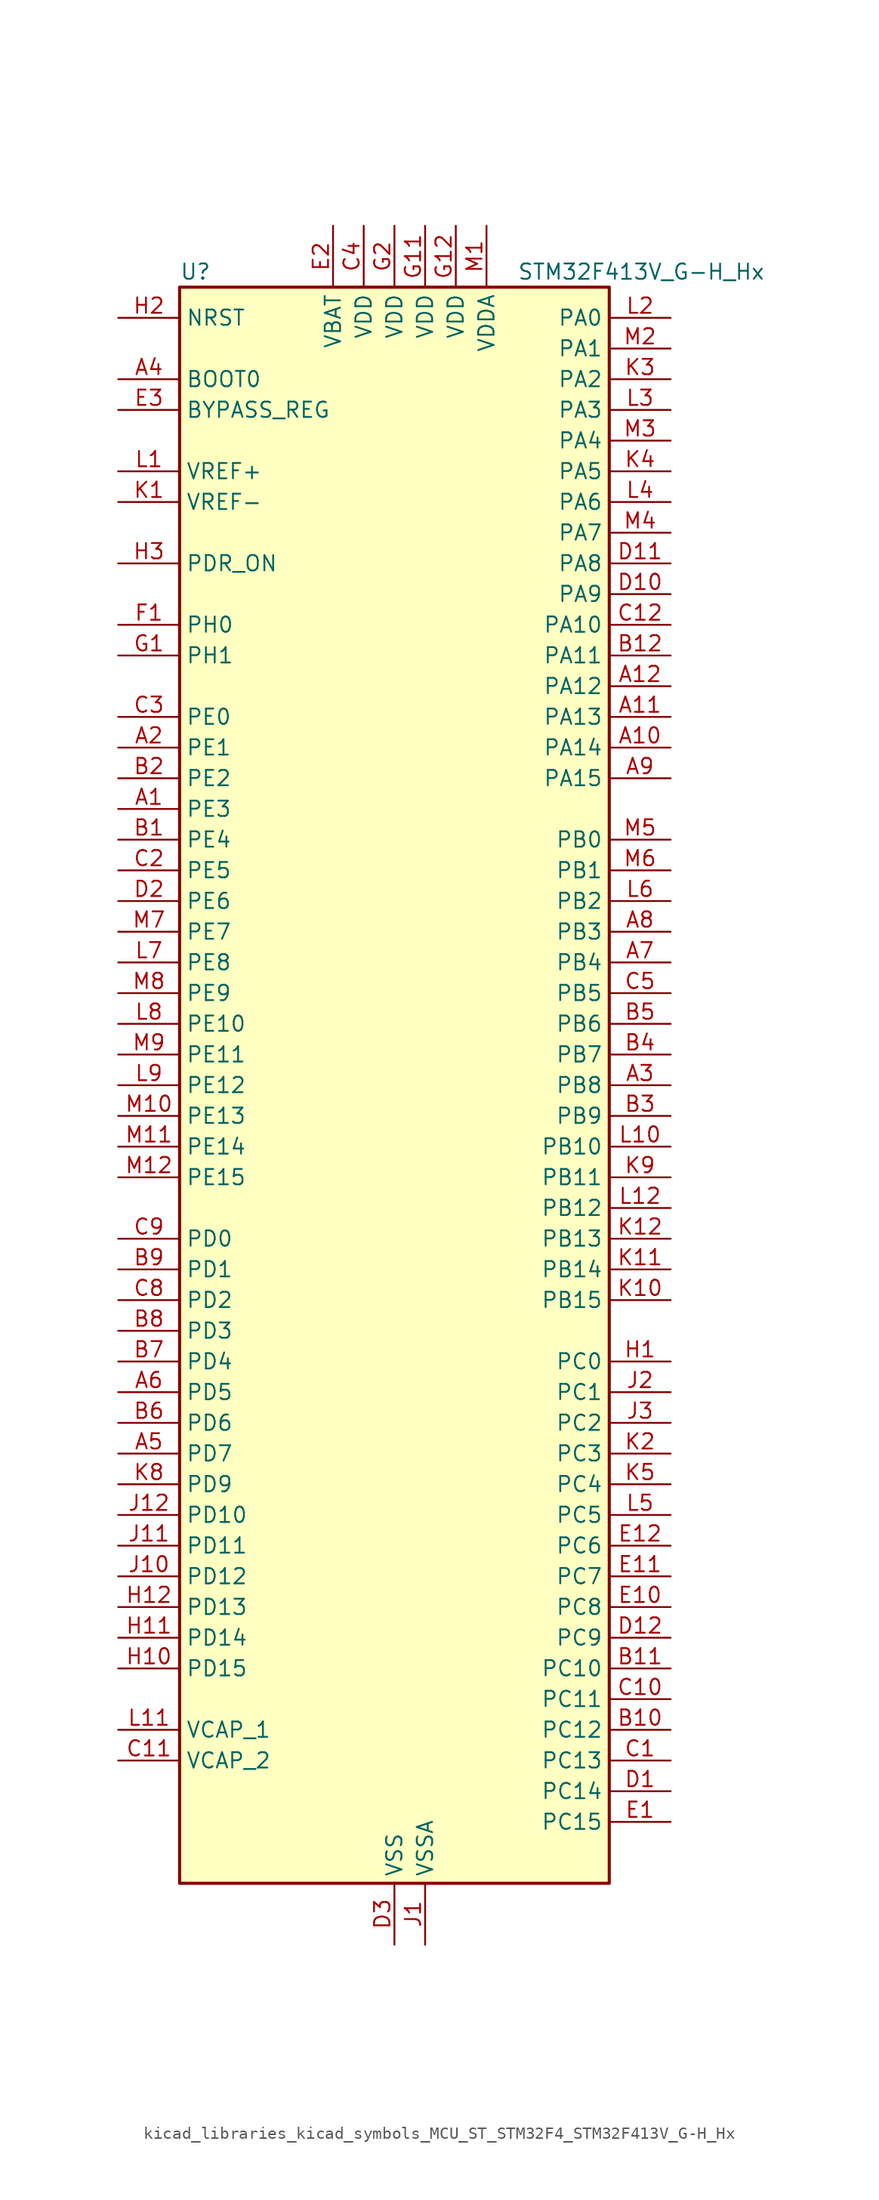
<source format=kicad_sym>
(kicad_symbol_lib
  (version 20220914)
  (generator kicad_symbol_editor)
  (symbol "kicad_libraries_kicad_symbols_MCU_ST_STM32F4_STM32F413V_G-H_Hx"
    (property "Reference" "U"
      (at -17.78 67.31 0)
      (effects (font (size 1.27 1.27)) (justify left)))
    (property "Value" "STM32F413V_G-H_Hx"
      (at 10.16 67.31 0)
      (effects (font (size 1.27 1.27)) (justify left)))
    (property "ki_locked" ""
      (at 0 0 0)
      (effects (font (size 1.27 1.27))))
    (symbol "kicad_libraries_kicad_symbols_MCU_ST_STM32F4_STM32F413V_G-H_Hx_0_1"
      (rectangle (start -17.78 -66.04) (end 17.78 66.04) (stroke (width 0.254) (type default)) (fill (type background))))
    (symbol "kicad_libraries_kicad_symbols_MCU_ST_STM32F4_STM32F413V_G-H_Hx_1_1"
      (pin bidirectional line (at -22.86 22.86 0) (length 5.08) (name "PE3" (effects (font (size 1.27 1.27)))) (number "A1" (effects (font (size 1.27 1.27)))) (alternate "FSMC_A19" bidirectional line) (alternate "SAI1_SD_B" bidirectional line) (alternate "SYS_TRACED0" bidirectional line) (alternate "UART10_TX" bidirectional line))
      (pin bidirectional line (at 22.86 27.94 180) (length 5.08) (name "PA14" (effects (font (size 1.27 1.27)))) (number "A10" (effects (font (size 1.27 1.27)))) (alternate "SYS_JTCK-SWCLK" bidirectional line))
      (pin bidirectional line (at 22.86 30.48 180) (length 5.08) (name "PA13" (effects (font (size 1.27 1.27)))) (number "A11" (effects (font (size 1.27 1.27)))) (alternate "SYS_JTMS-SWDIO" bidirectional line))
      (pin bidirectional line (at 22.86 33.02 180) (length 5.08) (name "PA12" (effects (font (size 1.27 1.27)))) (number "A12" (effects (font (size 1.27 1.27)))) (alternate "CAN1_TX" bidirectional line) (alternate "DFSDM2_DATIN5" bidirectional line) (alternate "SPI2_MISO" bidirectional line) (alternate "SPI5_MISO" bidirectional line) (alternate "TIM1_ETR" bidirectional line) (alternate "UART4_TX" bidirectional line) (alternate "USART1_RTS" bidirectional line) (alternate "USART6_RX" bidirectional line) (alternate "USB_OTG_FS_DP" bidirectional line))
      (pin bidirectional line (at -22.86 27.94 0) (length 5.08) (name "PE1" (effects (font (size 1.27 1.27)))) (number "A2" (effects (font (size 1.27 1.27)))) (alternate "DFSDM2_DATIN4" bidirectional line) (alternate "FSMC_NBL1" bidirectional line) (alternate "UART8_TX" bidirectional line))
      (pin bidirectional line (at 22.86 0 180) (length 5.08) (name "PB8" (effects (font (size 1.27 1.27)))) (number "A3" (effects (font (size 1.27 1.27)))) (alternate "CAN1_RX" bidirectional line) (alternate "DFSDM2_CKIN1" bidirectional line) (alternate "I2C1_SCL" bidirectional line) (alternate "I2C3_SDA" bidirectional line) (alternate "I2S5_SD" bidirectional line) (alternate "LPTIM1_OUT" bidirectional line) (alternate "SDIO_D4" bidirectional line) (alternate "SPI5_MOSI" bidirectional line) (alternate "TIM10_CH1" bidirectional line) (alternate "TIM4_CH3" bidirectional line) (alternate "UART5_RX" bidirectional line))
      (pin input line (at -22.86 58.42 0) (length 5.08) (name "BOOT0" (effects (font (size 1.27 1.27)))) (number "A4" (effects (font (size 1.27 1.27)))))
      (pin bidirectional line (at -22.86 -30.48 0) (length 5.08) (name "PD7" (effects (font (size 1.27 1.27)))) (number "A5" (effects (font (size 1.27 1.27)))) (alternate "DFSDM1_CKIN1" bidirectional line) (alternate "FSMC_NE1" bidirectional line) (alternate "USART2_CK" bidirectional line))
      (pin bidirectional line (at -22.86 -25.4 0) (length 5.08) (name "PD5" (effects (font (size 1.27 1.27)))) (number "A6" (effects (font (size 1.27 1.27)))) (alternate "DFSDM2_CKOUT" bidirectional line) (alternate "FSMC_NWE" bidirectional line) (alternate "USART2_TX" bidirectional line))
      (pin bidirectional line (at 22.86 10.16 180) (length 5.08) (name "PB4" (effects (font (size 1.27 1.27)))) (number "A7" (effects (font (size 1.27 1.27)))) (alternate "CAN3_TX" bidirectional line) (alternate "I2C3_SDA" bidirectional line) (alternate "I2S3_ext_SD" bidirectional line) (alternate "SAI1_SCK_A" bidirectional line) (alternate "SDIO_D0" bidirectional line) (alternate "SPI1_MISO" bidirectional line) (alternate "SPI3_MISO" bidirectional line) (alternate "SYS_JTRST" bidirectional line) (alternate "TIM3_CH1" bidirectional line) (alternate "UART7_TX" bidirectional line))
      (pin bidirectional line (at 22.86 12.7 180) (length 5.08) (name "PB3" (effects (font (size 1.27 1.27)))) (number "A8" (effects (font (size 1.27 1.27)))) (alternate "CAN3_RX" bidirectional line) (alternate "FMPI2C1_SDA" bidirectional line) (alternate "I2C2_SDA" bidirectional line) (alternate "I2S1_CK" bidirectional line) (alternate "I2S3_CK" bidirectional line) (alternate "SAI1_SD_A" bidirectional line) (alternate "SPI1_SCK" bidirectional line) (alternate "SPI3_SCK" bidirectional line) (alternate "SYS_JTDO-SWO" bidirectional line) (alternate "TIM2_CH2" bidirectional line) (alternate "UART7_RX" bidirectional line) (alternate "USART1_RX" bidirectional line))
      (pin bidirectional line (at 22.86 25.4 180) (length 5.08) (name "PA15" (effects (font (size 1.27 1.27)))) (number "A9" (effects (font (size 1.27 1.27)))) (alternate "ADC1_EXTI15" bidirectional line) (alternate "CAN3_TX" bidirectional line) (alternate "I2S1_WS" bidirectional line) (alternate "I2S3_WS" bidirectional line) (alternate "SAI1_MCLK_A" bidirectional line) (alternate "SPI1_NSS" bidirectional line) (alternate "SPI3_NSS" bidirectional line) (alternate "SYS_JTDI" bidirectional line) (alternate "TIM2_CH1" bidirectional line) (alternate "TIM2_ETR" bidirectional line) (alternate "UART7_TX" bidirectional line) (alternate "USART1_TX" bidirectional line))
      (pin bidirectional line (at -22.86 20.32 0) (length 5.08) (name "PE4" (effects (font (size 1.27 1.27)))) (number "B1" (effects (font (size 1.27 1.27)))) (alternate "DFSDM1_DATIN3" bidirectional line) (alternate "FSMC_A20" bidirectional line) (alternate "I2S4_WS" bidirectional line) (alternate "I2S5_WS" bidirectional line) (alternate "SAI1_SD_A" bidirectional line) (alternate "SPI4_NSS" bidirectional line) (alternate "SPI5_NSS" bidirectional line) (alternate "SYS_TRACED1" bidirectional line))
      (pin bidirectional line (at 22.86 -53.34 180) (length 5.08) (name "PC12" (effects (font (size 1.27 1.27)))) (number "B10" (effects (font (size 1.27 1.27)))) (alternate "FSMC_D3" bidirectional line) (alternate "FSMC_DA3" bidirectional line) (alternate "I2S3_SD" bidirectional line) (alternate "SDIO_CK" bidirectional line) (alternate "SPI3_MOSI" bidirectional line) (alternate "UART5_TX" bidirectional line) (alternate "USART3_CK" bidirectional line))
      (pin bidirectional line (at 22.86 -48.26 180) (length 5.08) (name "PC10" (effects (font (size 1.27 1.27)))) (number "B11" (effects (font (size 1.27 1.27)))) (alternate "DFSDM2_CKIN5" bidirectional line) (alternate "I2S3_CK" bidirectional line) (alternate "QUADSPI_BK1_IO1" bidirectional line) (alternate "SDIO_D2" bidirectional line) (alternate "SPI3_SCK" bidirectional line) (alternate "USART3_TX" bidirectional line))
      (pin bidirectional line (at 22.86 35.56 180) (length 5.08) (name "PA11" (effects (font (size 1.27 1.27)))) (number "B12" (effects (font (size 1.27 1.27)))) (alternate "ADC1_EXTI11" bidirectional line) (alternate "CAN1_RX" bidirectional line) (alternate "DFSDM2_CKIN5" bidirectional line) (alternate "I2S2_WS" bidirectional line) (alternate "SPI2_NSS" bidirectional line) (alternate "SPI4_MISO" bidirectional line) (alternate "TIM1_CH4" bidirectional line) (alternate "UART4_RX" bidirectional line) (alternate "USART1_CTS" bidirectional line) (alternate "USART6_TX" bidirectional line) (alternate "USB_OTG_FS_DM" bidirectional line))
      (pin bidirectional line (at -22.86 25.4 0) (length 5.08) (name "PE2" (effects (font (size 1.27 1.27)))) (number "B2" (effects (font (size 1.27 1.27)))) (alternate "FSMC_A23" bidirectional line) (alternate "I2S4_CK" bidirectional line) (alternate "I2S5_CK" bidirectional line) (alternate "QUADSPI_BK1_IO2" bidirectional line) (alternate "SAI1_MCLK_A" bidirectional line) (alternate "SPI4_SCK" bidirectional line) (alternate "SPI5_SCK" bidirectional line) (alternate "SYS_TRACECLK" bidirectional line) (alternate "UART10_RX" bidirectional line))
      (pin bidirectional line (at 22.86 -2.54 180) (length 5.08) (name "PB9" (effects (font (size 1.27 1.27)))) (number "B3" (effects (font (size 1.27 1.27)))) (alternate "CAN1_TX" bidirectional line) (alternate "DAC_EXTI9" bidirectional line) (alternate "DFSDM2_DATIN1" bidirectional line) (alternate "I2C1_SDA" bidirectional line) (alternate "I2C2_SDA" bidirectional line) (alternate "I2S2_WS" bidirectional line) (alternate "SDIO_D5" bidirectional line) (alternate "SPI2_NSS" bidirectional line) (alternate "TIM11_CH1" bidirectional line) (alternate "TIM4_CH4" bidirectional line) (alternate "UART5_TX" bidirectional line))
      (pin bidirectional line (at 22.86 2.54 180) (length 5.08) (name "PB7" (effects (font (size 1.27 1.27)))) (number "B4" (effects (font (size 1.27 1.27)))) (alternate "DFSDM2_DATIN7" bidirectional line) (alternate "FSMC_NL" bidirectional line) (alternate "I2C1_SDA" bidirectional line) (alternate "LPTIM1_IN2" bidirectional line) (alternate "TIM4_CH2" bidirectional line) (alternate "USART1_RX" bidirectional line))
      (pin bidirectional line (at 22.86 5.08 180) (length 5.08) (name "PB6" (effects (font (size 1.27 1.27)))) (number "B5" (effects (font (size 1.27 1.27)))) (alternate "CAN2_TX" bidirectional line) (alternate "DFSDM2_CKIN7" bidirectional line) (alternate "I2C1_SCL" bidirectional line) (alternate "LPTIM1_ETR" bidirectional line) (alternate "QUADSPI_BK1_NCS" bidirectional line) (alternate "SDIO_D0" bidirectional line) (alternate "TIM4_CH1" bidirectional line) (alternate "UART5_TX" bidirectional line) (alternate "USART1_TX" bidirectional line))
      (pin bidirectional line (at -22.86 -27.94 0) (length 5.08) (name "PD6" (effects (font (size 1.27 1.27)))) (number "B6" (effects (font (size 1.27 1.27)))) (alternate "DFSDM1_DATIN1" bidirectional line) (alternate "FSMC_NWAIT" bidirectional line) (alternate "I2S3_SD" bidirectional line) (alternate "SPI3_MOSI" bidirectional line) (alternate "USART2_RX" bidirectional line))
      (pin bidirectional line (at -22.86 -22.86 0) (length 5.08) (name "PD4" (effects (font (size 1.27 1.27)))) (number "B7" (effects (font (size 1.27 1.27)))) (alternate "DFSDM1_CKIN0" bidirectional line) (alternate "FSMC_NOE" bidirectional line) (alternate "USART2_RTS" bidirectional line))
      (pin bidirectional line (at -22.86 -20.32 0) (length 5.08) (name "PD3" (effects (font (size 1.27 1.27)))) (number "B8" (effects (font (size 1.27 1.27)))) (alternate "DFSDM1_DATIN0" bidirectional line) (alternate "FSMC_CLK" bidirectional line) (alternate "I2S2_CK" bidirectional line) (alternate "QUADSPI_CLK" bidirectional line) (alternate "SPI2_SCK" bidirectional line) (alternate "SYS_TRACED1" bidirectional line) (alternate "USART2_CTS" bidirectional line))
      (pin bidirectional line (at -22.86 -15.24 0) (length 5.08) (name "PD1" (effects (font (size 1.27 1.27)))) (number "B9" (effects (font (size 1.27 1.27)))) (alternate "CAN1_TX" bidirectional line) (alternate "DFSDM2_DATIN6" bidirectional line) (alternate "FSMC_D3" bidirectional line) (alternate "FSMC_DA3" bidirectional line) (alternate "UART4_TX" bidirectional line))
      (pin bidirectional line (at 22.86 -55.88 180) (length 5.08) (name "PC13" (effects (font (size 1.27 1.27)))) (number "C1" (effects (font (size 1.27 1.27)))) (alternate "RTC_AF1" bidirectional line))
      (pin bidirectional line (at 22.86 -50.8 180) (length 5.08) (name "PC11" (effects (font (size 1.27 1.27)))) (number "C10" (effects (font (size 1.27 1.27)))) (alternate "ADC1_EXTI11" bidirectional line) (alternate "DFSDM2_DATIN5" bidirectional line) (alternate "FSMC_D2" bidirectional line) (alternate "FSMC_DA2" bidirectional line) (alternate "I2S3_ext_SD" bidirectional line) (alternate "QUADSPI_BK2_NCS" bidirectional line) (alternate "SDIO_D3" bidirectional line) (alternate "SPI3_MISO" bidirectional line) (alternate "UART4_RX" bidirectional line) (alternate "USART3_RX" bidirectional line))
      (pin power_out line (at -22.86 -55.88 0) (length 5.08) (name "VCAP_2" (effects (font (size 1.27 1.27)))) (number "C11" (effects (font (size 1.27 1.27)))))
      (pin bidirectional line (at 22.86 38.1 180) (length 5.08) (name "PA10" (effects (font (size 1.27 1.27)))) (number "C12" (effects (font (size 1.27 1.27)))) (alternate "DFSDM2_DATIN3" bidirectional line) (alternate "I2S2_SD" bidirectional line) (alternate "I2S5_SD" bidirectional line) (alternate "SPI2_MOSI" bidirectional line) (alternate "SPI5_MOSI" bidirectional line) (alternate "TIM1_CH3" bidirectional line) (alternate "USART1_RX" bidirectional line) (alternate "USB_OTG_FS_ID" bidirectional line))
      (pin bidirectional line (at -22.86 17.78 0) (length 5.08) (name "PE5" (effects (font (size 1.27 1.27)))) (number "C2" (effects (font (size 1.27 1.27)))) (alternate "DFSDM1_CKIN3" bidirectional line) (alternate "FSMC_A21" bidirectional line) (alternate "SAI1_SCK_A" bidirectional line) (alternate "SPI4_MISO" bidirectional line) (alternate "SPI5_MISO" bidirectional line) (alternate "SYS_TRACED2" bidirectional line) (alternate "TIM9_CH1" bidirectional line))
      (pin bidirectional line (at -22.86 30.48 0) (length 5.08) (name "PE0" (effects (font (size 1.27 1.27)))) (number "C3" (effects (font (size 1.27 1.27)))) (alternate "DFSDM2_CKIN4" bidirectional line) (alternate "FSMC_NBL0" bidirectional line) (alternate "TIM4_ETR" bidirectional line) (alternate "UART8_RX" bidirectional line))
      (pin power_in line (at -2.54 71.12 270) (length 5.08) (name "VDD" (effects (font (size 1.27 1.27)))) (number "C4" (effects (font (size 1.27 1.27)))))
      (pin bidirectional line (at 22.86 7.62 180) (length 5.08) (name "PB5" (effects (font (size 1.27 1.27)))) (number "C5" (effects (font (size 1.27 1.27)))) (alternate "CAN2_RX" bidirectional line) (alternate "I2C1_SMBA" bidirectional line) (alternate "I2S1_SD" bidirectional line) (alternate "I2S3_SD" bidirectional line) (alternate "LPTIM1_IN1" bidirectional line) (alternate "SAI1_FS_A" bidirectional line) (alternate "SDIO_D3" bidirectional line) (alternate "SPI1_MOSI" bidirectional line) (alternate "SPI3_MOSI" bidirectional line) (alternate "TIM3_CH2" bidirectional line) (alternate "UART5_RX" bidirectional line))
      (pin bidirectional line (at -22.86 -17.78 0) (length 5.08) (name "PD2" (effects (font (size 1.27 1.27)))) (number "C8" (effects (font (size 1.27 1.27)))) (alternate "DFSDM2_CKOUT" bidirectional line) (alternate "FSMC_NWE" bidirectional line) (alternate "SDIO_CMD" bidirectional line) (alternate "TIM3_ETR" bidirectional line) (alternate "UART5_RX" bidirectional line))
      (pin bidirectional line (at -22.86 -12.7 0) (length 5.08) (name "PD0" (effects (font (size 1.27 1.27)))) (number "C9" (effects (font (size 1.27 1.27)))) (alternate "CAN1_RX" bidirectional line) (alternate "DFSDM2_CKIN6" bidirectional line) (alternate "FSMC_D2" bidirectional line) (alternate "FSMC_DA2" bidirectional line) (alternate "UART4_RX" bidirectional line))
      (pin bidirectional line (at 22.86 -58.42 180) (length 5.08) (name "PC14" (effects (font (size 1.27 1.27)))) (number "D1" (effects (font (size 1.27 1.27)))) (alternate "RCC_OSC32_IN" bidirectional line))
      (pin bidirectional line (at 22.86 40.64 180) (length 5.08) (name "PA9" (effects (font (size 1.27 1.27)))) (number "D10" (effects (font (size 1.27 1.27)))) (alternate "DAC_EXTI9" bidirectional line) (alternate "DFSDM2_CKIN3" bidirectional line) (alternate "I2C3_SMBA" bidirectional line) (alternate "I2S2_CK" bidirectional line) (alternate "SDIO_D2" bidirectional line) (alternate "SPI2_SCK" bidirectional line) (alternate "TIM1_CH2" bidirectional line) (alternate "USART1_TX" bidirectional line) (alternate "USB_OTG_FS_VBUS" bidirectional line))
      (pin bidirectional line (at 22.86 43.18 180) (length 5.08) (name "PA8" (effects (font (size 1.27 1.27)))) (number "D11" (effects (font (size 1.27 1.27)))) (alternate "CAN3_RX" bidirectional line) (alternate "DFSDM1_CKOUT" bidirectional line) (alternate "I2C3_SCL" bidirectional line) (alternate "RCC_MCO_1" bidirectional line) (alternate "SDIO_D1" bidirectional line) (alternate "TIM1_CH1" bidirectional line) (alternate "UART7_RX" bidirectional line) (alternate "USART1_CK" bidirectional line) (alternate "USB_OTG_FS_SOF" bidirectional line))
      (pin bidirectional line (at 22.86 -45.72 180) (length 5.08) (name "PC9" (effects (font (size 1.27 1.27)))) (number "D12" (effects (font (size 1.27 1.27)))) (alternate "DAC_EXTI9" bidirectional line) (alternate "DFSDM2_DATIN3" bidirectional line) (alternate "I2C3_SDA" bidirectional line) (alternate "I2S_CKIN" bidirectional line) (alternate "QUADSPI_BK1_IO0" bidirectional line) (alternate "RCC_MCO_2" bidirectional line) (alternate "SDIO_D1" bidirectional line) (alternate "TIM3_CH4" bidirectional line) (alternate "TIM8_CH4" bidirectional line))
      (pin bidirectional line (at -22.86 15.24 0) (length 5.08) (name "PE6" (effects (font (size 1.27 1.27)))) (number "D2" (effects (font (size 1.27 1.27)))) (alternate "FSMC_A22" bidirectional line) (alternate "I2S4_SD" bidirectional line) (alternate "I2S5_SD" bidirectional line) (alternate "SAI1_FS_A" bidirectional line) (alternate "SPI4_MOSI" bidirectional line) (alternate "SPI5_MOSI" bidirectional line) (alternate "SYS_TRACED3" bidirectional line) (alternate "TIM9_CH2" bidirectional line))
      (pin power_in line (at 0 -71.12 90) (length 5.08) (name "VSS" (effects (font (size 1.27 1.27)))) (number "D3" (effects (font (size 1.27 1.27)))))
      (pin bidirectional line (at 22.86 -60.96 180) (length 5.08) (name "PC15" (effects (font (size 1.27 1.27)))) (number "E1" (effects (font (size 1.27 1.27)))) (alternate "ADC1_EXTI15" bidirectional line) (alternate "RCC_OSC32_OUT" bidirectional line))
      (pin bidirectional line (at 22.86 -43.18 180) (length 5.08) (name "PC8" (effects (font (size 1.27 1.27)))) (number "E10" (effects (font (size 1.27 1.27)))) (alternate "DFSDM2_CKIN3" bidirectional line) (alternate "QUADSPI_BK1_IO2" bidirectional line) (alternate "SDIO_D0" bidirectional line) (alternate "TIM3_CH3" bidirectional line) (alternate "TIM8_CH3" bidirectional line) (alternate "USART6_CK" bidirectional line))
      (pin bidirectional line (at 22.86 -40.64 180) (length 5.08) (name "PC7" (effects (font (size 1.27 1.27)))) (number "E11" (effects (font (size 1.27 1.27)))) (alternate "DFSDM1_DATIN3" bidirectional line) (alternate "DFSDM2_CKIN6" bidirectional line) (alternate "FMPI2C1_SDA" bidirectional line) (alternate "I2S2_CK" bidirectional line) (alternate "I2S3_MCK" bidirectional line) (alternate "SDIO_D7" bidirectional line) (alternate "SPI2_SCK" bidirectional line) (alternate "TIM3_CH2" bidirectional line) (alternate "TIM8_CH2" bidirectional line) (alternate "USART6_RX" bidirectional line))
      (pin bidirectional line (at 22.86 -38.1 180) (length 5.08) (name "PC6" (effects (font (size 1.27 1.27)))) (number "E12" (effects (font (size 1.27 1.27)))) (alternate "DFSDM1_CKIN3" bidirectional line) (alternate "DFSDM2_DATIN6" bidirectional line) (alternate "FMPI2C1_SCL" bidirectional line) (alternate "FSMC_D1" bidirectional line) (alternate "FSMC_DA1" bidirectional line) (alternate "I2S2_MCK" bidirectional line) (alternate "SDIO_D6" bidirectional line) (alternate "TIM3_CH1" bidirectional line) (alternate "TIM8_CH1" bidirectional line) (alternate "USART6_TX" bidirectional line))
      (pin power_in line (at -5.08 71.12 270) (length 5.08) (name "VBAT" (effects (font (size 1.27 1.27)))) (number "E2" (effects (font (size 1.27 1.27)))))
      (pin input line (at -22.86 55.88 0) (length 5.08) (name "BYPASS_REG" (effects (font (size 1.27 1.27)))) (number "E3" (effects (font (size 1.27 1.27)))))
      (pin bidirectional line (at -22.86 38.1 0) (length 5.08) (name "PH0" (effects (font (size 1.27 1.27)))) (number "F1" (effects (font (size 1.27 1.27)))) (alternate "RCC_OSC_IN" bidirectional line))
      (pin passive line (at 0 -71.12 90) (length 5.08) hide (name "VSS" (effects (font (size 1.27 1.27)))) (number "F11" (effects (font (size 1.27 1.27)))))
      (pin passive line (at 0 -71.12 90) (length 5.08) hide (name "VSS" (effects (font (size 1.27 1.27)))) (number "F12" (effects (font (size 1.27 1.27)))))
      (pin passive line (at 0 -71.12 90) (length 5.08) hide (name "VSS" (effects (font (size 1.27 1.27)))) (number "F2" (effects (font (size 1.27 1.27)))))
      (pin bidirectional line (at -22.86 35.56 0) (length 5.08) (name "PH1" (effects (font (size 1.27 1.27)))) (number "G1" (effects (font (size 1.27 1.27)))) (alternate "RCC_OSC_OUT" bidirectional line))
      (pin power_in line (at 2.54 71.12 270) (length 5.08) (name "VDD" (effects (font (size 1.27 1.27)))) (number "G11" (effects (font (size 1.27 1.27)))))
      (pin power_in line (at 5.08 71.12 270) (length 5.08) (name "VDD" (effects (font (size 1.27 1.27)))) (number "G12" (effects (font (size 1.27 1.27)))))
      (pin power_in line (at 0 71.12 270) (length 5.08) (name "VDD" (effects (font (size 1.27 1.27)))) (number "G2" (effects (font (size 1.27 1.27)))))
      (pin bidirectional line (at 22.86 -22.86 180) (length 5.08) (name "PC0" (effects (font (size 1.27 1.27)))) (number "H1" (effects (font (size 1.27 1.27)))) (alternate "ADC1_IN10" bidirectional line) (alternate "DFSDM2_CKIN4" bidirectional line) (alternate "LPTIM1_IN1" bidirectional line) (alternate "SAI1_MCLK_B" bidirectional line) (alternate "SYS_WKUP2" bidirectional line))
      (pin bidirectional line (at -22.86 -48.26 0) (length 5.08) (name "PD15" (effects (font (size 1.27 1.27)))) (number "H10" (effects (font (size 1.27 1.27)))) (alternate "ADC1_EXTI15" bidirectional line) (alternate "DFSDM2_DATIN0" bidirectional line) (alternate "FMPI2C1_SDA" bidirectional line) (alternate "FSMC_D1" bidirectional line) (alternate "FSMC_DA1" bidirectional line) (alternate "TIM4_CH4" bidirectional line) (alternate "UART9_TX" bidirectional line))
      (pin bidirectional line (at -22.86 -45.72 0) (length 5.08) (name "PD14" (effects (font (size 1.27 1.27)))) (number "H11" (effects (font (size 1.27 1.27)))) (alternate "DFSDM2_CKIN0" bidirectional line) (alternate "FMPI2C1_SCL" bidirectional line) (alternate "FSMC_D0" bidirectional line) (alternate "FSMC_DA0" bidirectional line) (alternate "TIM4_CH3" bidirectional line) (alternate "UART9_RX" bidirectional line))
      (pin bidirectional line (at -22.86 -43.18 0) (length 5.08) (name "PD13" (effects (font (size 1.27 1.27)))) (number "H12" (effects (font (size 1.27 1.27)))) (alternate "FMPI2C1_SDA" bidirectional line) (alternate "FSMC_A18" bidirectional line) (alternate "QUADSPI_BK1_IO3" bidirectional line) (alternate "TIM4_CH2" bidirectional line))
      (pin input line (at -22.86 63.5 0) (length 5.08) (name "NRST" (effects (font (size 1.27 1.27)))) (number "H2" (effects (font (size 1.27 1.27)))))
      (pin input line (at -22.86 43.18 0) (length 5.08) (name "PDR_ON" (effects (font (size 1.27 1.27)))) (number "H3" (effects (font (size 1.27 1.27)))))
      (pin power_in line (at 2.54 -71.12 90) (length 5.08) (name "VSSA" (effects (font (size 1.27 1.27)))) (number "J1" (effects (font (size 1.27 1.27)))))
      (pin bidirectional line (at -22.86 -40.64 0) (length 5.08) (name "PD12" (effects (font (size 1.27 1.27)))) (number "J10" (effects (font (size 1.27 1.27)))) (alternate "DFSDM2_CKIN2" bidirectional line) (alternate "FMPI2C1_SCL" bidirectional line) (alternate "FSMC_A17" bidirectional line) (alternate "QUADSPI_BK1_IO1" bidirectional line) (alternate "TIM4_CH1" bidirectional line) (alternate "USART3_RTS" bidirectional line))
      (pin bidirectional line (at -22.86 -38.1 0) (length 5.08) (name "PD11" (effects (font (size 1.27 1.27)))) (number "J11" (effects (font (size 1.27 1.27)))) (alternate "ADC1_EXTI11" bidirectional line) (alternate "DFSDM2_DATIN2" bidirectional line) (alternate "FMPI2C1_SMBA" bidirectional line) (alternate "FSMC_A16" bidirectional line) (alternate "QUADSPI_BK1_IO0" bidirectional line) (alternate "USART3_CTS" bidirectional line))
      (pin bidirectional line (at -22.86 -35.56 0) (length 5.08) (name "PD10" (effects (font (size 1.27 1.27)))) (number "J12" (effects (font (size 1.27 1.27)))) (alternate "FSMC_D15" bidirectional line) (alternate "FSMC_DA15" bidirectional line) (alternate "UART4_TX" bidirectional line) (alternate "USART3_CK" bidirectional line))
      (pin bidirectional line (at 22.86 -25.4 180) (length 5.08) (name "PC1" (effects (font (size 1.27 1.27)))) (number "J2" (effects (font (size 1.27 1.27)))) (alternate "ADC1_IN11" bidirectional line) (alternate "DFSDM2_DATIN4" bidirectional line) (alternate "LPTIM1_OUT" bidirectional line) (alternate "SAI1_SD_B" bidirectional line) (alternate "SYS_WKUP3" bidirectional line))
      (pin bidirectional line (at 22.86 -27.94 180) (length 5.08) (name "PC2" (effects (font (size 1.27 1.27)))) (number "J3" (effects (font (size 1.27 1.27)))) (alternate "ADC1_IN12" bidirectional line) (alternate "DFSDM1_CKOUT" bidirectional line) (alternate "DFSDM2_DATIN7" bidirectional line) (alternate "FSMC_NWE" bidirectional line) (alternate "I2S2_ext_SD" bidirectional line) (alternate "LPTIM1_IN2" bidirectional line) (alternate "SAI1_SCK_B" bidirectional line) (alternate "SPI2_MISO" bidirectional line))
      (pin input line (at -22.86 48.26 0) (length 5.08) (name "VREF-" (effects (font (size 1.27 1.27)))) (number "K1" (effects (font (size 1.27 1.27)))))
      (pin bidirectional line (at 22.86 -17.78 180) (length 5.08) (name "PB15" (effects (font (size 1.27 1.27)))) (number "K10" (effects (font (size 1.27 1.27)))) (alternate "ADC1_EXTI15" bidirectional line) (alternate "DFSDM1_CKIN2" bidirectional line) (alternate "FMPI2C1_SCL" bidirectional line) (alternate "I2S2_SD" bidirectional line) (alternate "RTC_REFIN" bidirectional line) (alternate "SDIO_CK" bidirectional line) (alternate "SPI2_MOSI" bidirectional line) (alternate "TIM12_CH2" bidirectional line) (alternate "TIM1_CH3N" bidirectional line) (alternate "TIM8_CH3N" bidirectional line))
      (pin bidirectional line (at 22.86 -15.24 180) (length 5.08) (name "PB14" (effects (font (size 1.27 1.27)))) (number "K11" (effects (font (size 1.27 1.27)))) (alternate "DFSDM1_DATIN2" bidirectional line) (alternate "FMPI2C1_SDA" bidirectional line) (alternate "FSMC_D0" bidirectional line) (alternate "FSMC_DA0" bidirectional line) (alternate "I2S2_ext_SD" bidirectional line) (alternate "SDIO_D6" bidirectional line) (alternate "SPI2_MISO" bidirectional line) (alternate "TIM12_CH1" bidirectional line) (alternate "TIM1_CH2N" bidirectional line) (alternate "TIM8_CH2N" bidirectional line) (alternate "USART3_RTS" bidirectional line))
      (pin bidirectional line (at 22.86 -12.7 180) (length 5.08) (name "PB13" (effects (font (size 1.27 1.27)))) (number "K12" (effects (font (size 1.27 1.27)))) (alternate "CAN2_TX" bidirectional line) (alternate "DFSDM1_CKIN1" bidirectional line) (alternate "FMPI2C1_SMBA" bidirectional line) (alternate "I2S2_CK" bidirectional line) (alternate "I2S4_CK" bidirectional line) (alternate "SPI2_SCK" bidirectional line) (alternate "SPI4_SCK" bidirectional line) (alternate "TIM1_CH1N" bidirectional line) (alternate "UART5_TX" bidirectional line) (alternate "USART3_CTS" bidirectional line))
      (pin bidirectional line (at 22.86 -30.48 180) (length 5.08) (name "PC3" (effects (font (size 1.27 1.27)))) (number "K2" (effects (font (size 1.27 1.27)))) (alternate "ADC1_IN13" bidirectional line) (alternate "DFSDM2_CKIN7" bidirectional line) (alternate "FSMC_A0" bidirectional line) (alternate "I2S2_SD" bidirectional line) (alternate "LPTIM1_ETR" bidirectional line) (alternate "SAI1_FS_B" bidirectional line) (alternate "SPI2_MOSI" bidirectional line))
      (pin bidirectional line (at 22.86 58.42 180) (length 5.08) (name "PA2" (effects (font (size 1.27 1.27)))) (number "K3" (effects (font (size 1.27 1.27)))) (alternate "ADC1_IN2" bidirectional line) (alternate "FSMC_D4" bidirectional line) (alternate "FSMC_DA4" bidirectional line) (alternate "I2S_CKIN" bidirectional line) (alternate "TIM2_CH3" bidirectional line) (alternate "TIM5_CH3" bidirectional line) (alternate "TIM9_CH1" bidirectional line) (alternate "USART2_TX" bidirectional line))
      (pin bidirectional line (at 22.86 50.8 180) (length 5.08) (name "PA5" (effects (font (size 1.27 1.27)))) (number "K4" (effects (font (size 1.27 1.27)))) (alternate "ADC1_IN5" bidirectional line) (alternate "DAC_OUT2" bidirectional line) (alternate "DFSDM1_CKIN1" bidirectional line) (alternate "FSMC_D7" bidirectional line) (alternate "FSMC_DA7" bidirectional line) (alternate "I2S1_CK" bidirectional line) (alternate "SPI1_SCK" bidirectional line) (alternate "TIM2_CH1" bidirectional line) (alternate "TIM2_ETR" bidirectional line) (alternate "TIM8_CH1N" bidirectional line))
      (pin bidirectional line (at 22.86 -33.02 180) (length 5.08) (name "PC4" (effects (font (size 1.27 1.27)))) (number "K5" (effects (font (size 1.27 1.27)))) (alternate "ADC1_IN14" bidirectional line) (alternate "DFSDM2_CKIN2" bidirectional line) (alternate "FSMC_NE4" bidirectional line) (alternate "I2S1_MCK" bidirectional line) (alternate "QUADSPI_BK2_IO2" bidirectional line))
      (pin bidirectional line (at -22.86 -33.02 0) (length 5.08) (name "PD9" (effects (font (size 1.27 1.27)))) (number "K8" (effects (font (size 1.27 1.27)))) (alternate "DAC_EXTI9" bidirectional line) (alternate "FSMC_D14" bidirectional line) (alternate "FSMC_DA14" bidirectional line) (alternate "USART3_RX" bidirectional line))
      (pin bidirectional line (at 22.86 -7.62 180) (length 5.08) (name "PB11" (effects (font (size 1.27 1.27)))) (number "K9" (effects (font (size 1.27 1.27)))) (alternate "ADC1_EXTI11" bidirectional line) (alternate "I2C2_SDA" bidirectional line) (alternate "I2S_CKIN" bidirectional line) (alternate "TIM2_CH4" bidirectional line) (alternate "USART3_RX" bidirectional line))
      (pin input line (at -22.86 50.8 0) (length 5.08) (name "VREF+" (effects (font (size 1.27 1.27)))) (number "L1" (effects (font (size 1.27 1.27)))))
      (pin bidirectional line (at 22.86 -5.08 180) (length 5.08) (name "PB10" (effects (font (size 1.27 1.27)))) (number "L10" (effects (font (size 1.27 1.27)))) (alternate "DFSDM2_CKOUT" bidirectional line) (alternate "FMPI2C1_SCL" bidirectional line) (alternate "I2C2_SCL" bidirectional line) (alternate "I2S2_CK" bidirectional line) (alternate "I2S3_MCK" bidirectional line) (alternate "SDIO_D7" bidirectional line) (alternate "SPI2_SCK" bidirectional line) (alternate "TIM2_CH3" bidirectional line) (alternate "USART3_TX" bidirectional line))
      (pin power_out line (at -22.86 -53.34 0) (length 5.08) (name "VCAP_1" (effects (font (size 1.27 1.27)))) (number "L11" (effects (font (size 1.27 1.27)))))
      (pin bidirectional line (at 22.86 -10.16 180) (length 5.08) (name "PB12" (effects (font (size 1.27 1.27)))) (number "L12" (effects (font (size 1.27 1.27)))) (alternate "CAN2_RX" bidirectional line) (alternate "DFSDM1_DATIN1" bidirectional line) (alternate "FSMC_D13" bidirectional line) (alternate "FSMC_DA13" bidirectional line) (alternate "I2C2_SMBA" bidirectional line) (alternate "I2S2_WS" bidirectional line) (alternate "I2S3_CK" bidirectional line) (alternate "I2S4_WS" bidirectional line) (alternate "SPI2_NSS" bidirectional line) (alternate "SPI3_SCK" bidirectional line) (alternate "SPI4_NSS" bidirectional line) (alternate "TIM1_BKIN" bidirectional line) (alternate "UART5_RX" bidirectional line) (alternate "USART3_CK" bidirectional line))
      (pin bidirectional line (at 22.86 63.5 180) (length 5.08) (name "PA0" (effects (font (size 1.27 1.27)))) (number "L2" (effects (font (size 1.27 1.27)))) (alternate "ADC1_IN0" bidirectional line) (alternate "SYS_WKUP1" bidirectional line) (alternate "TIM2_CH1" bidirectional line) (alternate "TIM2_ETR" bidirectional line) (alternate "TIM5_CH1" bidirectional line) (alternate "TIM8_ETR" bidirectional line) (alternate "UART4_TX" bidirectional line) (alternate "USART2_CTS" bidirectional line))
      (pin bidirectional line (at 22.86 55.88 180) (length 5.08) (name "PA3" (effects (font (size 1.27 1.27)))) (number "L3" (effects (font (size 1.27 1.27)))) (alternate "ADC1_IN3" bidirectional line) (alternate "FSMC_D5" bidirectional line) (alternate "FSMC_DA5" bidirectional line) (alternate "I2S2_MCK" bidirectional line) (alternate "SAI1_SD_B" bidirectional line) (alternate "TIM2_CH4" bidirectional line) (alternate "TIM5_CH4" bidirectional line) (alternate "TIM9_CH2" bidirectional line) (alternate "USART2_RX" bidirectional line))
      (pin bidirectional line (at 22.86 48.26 180) (length 5.08) (name "PA6" (effects (font (size 1.27 1.27)))) (number "L4" (effects (font (size 1.27 1.27)))) (alternate "ADC1_IN6" bidirectional line) (alternate "DFSDM2_CKIN1" bidirectional line) (alternate "I2S2_MCK" bidirectional line) (alternate "QUADSPI_BK2_IO0" bidirectional line) (alternate "SDIO_CMD" bidirectional line) (alternate "SPI1_MISO" bidirectional line) (alternate "TIM13_CH1" bidirectional line) (alternate "TIM1_BKIN" bidirectional line) (alternate "TIM3_CH1" bidirectional line) (alternate "TIM8_BKIN" bidirectional line))
      (pin bidirectional line (at 22.86 -35.56 180) (length 5.08) (name "PC5" (effects (font (size 1.27 1.27)))) (number "L5" (effects (font (size 1.27 1.27)))) (alternate "ADC1_IN15" bidirectional line) (alternate "DFSDM2_DATIN2" bidirectional line) (alternate "FMPI2C1_SMBA" bidirectional line) (alternate "FSMC_NOE" bidirectional line) (alternate "QUADSPI_BK2_IO3" bidirectional line) (alternate "USART3_RX" bidirectional line))
      (pin bidirectional line (at 22.86 15.24 180) (length 5.08) (name "PB2" (effects (font (size 1.27 1.27)))) (number "L6" (effects (font (size 1.27 1.27)))) (alternate "DFSDM1_CKIN0" bidirectional line) (alternate "LPTIM1_OUT" bidirectional line) (alternate "QUADSPI_CLK" bidirectional line))
      (pin bidirectional line (at -22.86 10.16 0) (length 5.08) (name "PE8" (effects (font (size 1.27 1.27)))) (number "L7" (effects (font (size 1.27 1.27)))) (alternate "DFSDM1_CKIN2" bidirectional line) (alternate "FSMC_D5" bidirectional line) (alternate "FSMC_DA5" bidirectional line) (alternate "QUADSPI_BK2_IO1" bidirectional line) (alternate "TIM1_CH1N" bidirectional line) (alternate "UART7_TX" bidirectional line))
      (pin bidirectional line (at -22.86 5.08 0) (length 5.08) (name "PE10" (effects (font (size 1.27 1.27)))) (number "L8" (effects (font (size 1.27 1.27)))) (alternate "DFSDM2_DATIN0" bidirectional line) (alternate "FSMC_D7" bidirectional line) (alternate "FSMC_DA7" bidirectional line) (alternate "QUADSPI_BK2_IO3" bidirectional line) (alternate "TIM1_CH2N" bidirectional line))
      (pin bidirectional line (at -22.86 0 0) (length 5.08) (name "PE12" (effects (font (size 1.27 1.27)))) (number "L9" (effects (font (size 1.27 1.27)))) (alternate "DFSDM2_DATIN7" bidirectional line) (alternate "FSMC_D9" bidirectional line) (alternate "FSMC_DA9" bidirectional line) (alternate "I2S4_CK" bidirectional line) (alternate "I2S5_CK" bidirectional line) (alternate "SPI4_SCK" bidirectional line) (alternate "SPI5_SCK" bidirectional line) (alternate "TIM1_CH3N" bidirectional line))
      (pin power_in line (at 7.62 71.12 270) (length 5.08) (name "VDDA" (effects (font (size 1.27 1.27)))) (number "M1" (effects (font (size 1.27 1.27)))))
      (pin bidirectional line (at -22.86 -2.54 0) (length 5.08) (name "PE13" (effects (font (size 1.27 1.27)))) (number "M10" (effects (font (size 1.27 1.27)))) (alternate "DFSDM2_CKIN7" bidirectional line) (alternate "FSMC_D10" bidirectional line) (alternate "FSMC_DA10" bidirectional line) (alternate "SPI4_MISO" bidirectional line) (alternate "SPI5_MISO" bidirectional line) (alternate "TIM1_CH3" bidirectional line))
      (pin bidirectional line (at -22.86 -5.08 0) (length 5.08) (name "PE14" (effects (font (size 1.27 1.27)))) (number "M11" (effects (font (size 1.27 1.27)))) (alternate "DFSDM2_DATIN1" bidirectional line) (alternate "FSMC_D11" bidirectional line) (alternate "FSMC_DA11" bidirectional line) (alternate "I2S4_SD" bidirectional line) (alternate "I2S5_SD" bidirectional line) (alternate "SPI4_MOSI" bidirectional line) (alternate "SPI5_MOSI" bidirectional line) (alternate "TIM1_CH4" bidirectional line))
      (pin bidirectional line (at -22.86 -7.62 0) (length 5.08) (name "PE15" (effects (font (size 1.27 1.27)))) (number "M12" (effects (font (size 1.27 1.27)))) (alternate "ADC1_EXTI15" bidirectional line) (alternate "DFSDM2_CKIN1" bidirectional line) (alternate "FSMC_D12" bidirectional line) (alternate "FSMC_DA12" bidirectional line) (alternate "TIM1_BKIN" bidirectional line))
      (pin bidirectional line (at 22.86 60.96 180) (length 5.08) (name "PA1" (effects (font (size 1.27 1.27)))) (number "M2" (effects (font (size 1.27 1.27)))) (alternate "ADC1_IN1" bidirectional line) (alternate "I2S4_SD" bidirectional line) (alternate "QUADSPI_BK1_IO3" bidirectional line) (alternate "SPI4_MOSI" bidirectional line) (alternate "TIM2_CH2" bidirectional line) (alternate "TIM5_CH2" bidirectional line) (alternate "UART4_RX" bidirectional line) (alternate "USART2_RTS" bidirectional line))
      (pin bidirectional line (at 22.86 53.34 180) (length 5.08) (name "PA4" (effects (font (size 1.27 1.27)))) (number "M3" (effects (font (size 1.27 1.27)))) (alternate "ADC1_IN4" bidirectional line) (alternate "DAC_OUT1" bidirectional line) (alternate "DFSDM1_DATIN1" bidirectional line) (alternate "FSMC_D6" bidirectional line) (alternate "FSMC_DA6" bidirectional line) (alternate "I2S1_WS" bidirectional line) (alternate "I2S3_WS" bidirectional line) (alternate "SPI1_NSS" bidirectional line) (alternate "SPI3_NSS" bidirectional line) (alternate "USART2_CK" bidirectional line))
      (pin bidirectional line (at 22.86 45.72 180) (length 5.08) (name "PA7" (effects (font (size 1.27 1.27)))) (number "M4" (effects (font (size 1.27 1.27)))) (alternate "ADC1_IN7" bidirectional line) (alternate "DFSDM2_DATIN1" bidirectional line) (alternate "I2S1_SD" bidirectional line) (alternate "QUADSPI_BK2_IO1" bidirectional line) (alternate "SPI1_MOSI" bidirectional line) (alternate "TIM14_CH1" bidirectional line) (alternate "TIM1_CH1N" bidirectional line) (alternate "TIM3_CH2" bidirectional line) (alternate "TIM8_CH1N" bidirectional line))
      (pin bidirectional line (at 22.86 20.32 180) (length 5.08) (name "PB0" (effects (font (size 1.27 1.27)))) (number "M5" (effects (font (size 1.27 1.27)))) (alternate "ADC1_IN8" bidirectional line) (alternate "I2S5_CK" bidirectional line) (alternate "SPI5_SCK" bidirectional line) (alternate "TIM1_CH2N" bidirectional line) (alternate "TIM3_CH3" bidirectional line) (alternate "TIM8_CH2N" bidirectional line))
      (pin bidirectional line (at 22.86 17.78 180) (length 5.08) (name "PB1" (effects (font (size 1.27 1.27)))) (number "M6" (effects (font (size 1.27 1.27)))) (alternate "ADC1_IN9" bidirectional line) (alternate "DFSDM1_DATIN0" bidirectional line) (alternate "I2S5_WS" bidirectional line) (alternate "QUADSPI_CLK" bidirectional line) (alternate "SPI5_NSS" bidirectional line) (alternate "TIM1_CH3N" bidirectional line) (alternate "TIM3_CH4" bidirectional line) (alternate "TIM8_CH3N" bidirectional line))
      (pin bidirectional line (at -22.86 12.7 0) (length 5.08) (name "PE7" (effects (font (size 1.27 1.27)))) (number "M7" (effects (font (size 1.27 1.27)))) (alternate "DFSDM1_DATIN2" bidirectional line) (alternate "FSMC_D4" bidirectional line) (alternate "FSMC_DA4" bidirectional line) (alternate "QUADSPI_BK2_IO0" bidirectional line) (alternate "TIM1_ETR" bidirectional line) (alternate "UART7_RX" bidirectional line))
      (pin bidirectional line (at -22.86 7.62 0) (length 5.08) (name "PE9" (effects (font (size 1.27 1.27)))) (number "M8" (effects (font (size 1.27 1.27)))) (alternate "DAC_EXTI9" bidirectional line) (alternate "DFSDM1_CKOUT" bidirectional line) (alternate "FSMC_D6" bidirectional line) (alternate "FSMC_DA6" bidirectional line) (alternate "QUADSPI_BK2_IO2" bidirectional line) (alternate "TIM1_CH1" bidirectional line))
      (pin bidirectional line (at -22.86 2.54 0) (length 5.08) (name "PE11" (effects (font (size 1.27 1.27)))) (number "M9" (effects (font (size 1.27 1.27)))) (alternate "ADC1_EXTI11" bidirectional line) (alternate "DFSDM2_CKIN0" bidirectional line) (alternate "FSMC_D8" bidirectional line) (alternate "FSMC_DA8" bidirectional line) (alternate "I2S4_WS" bidirectional line) (alternate "I2S5_WS" bidirectional line) (alternate "SPI4_NSS" bidirectional line) (alternate "SPI5_NSS" bidirectional line) (alternate "TIM1_CH2" bidirectional line)))))
</source>
